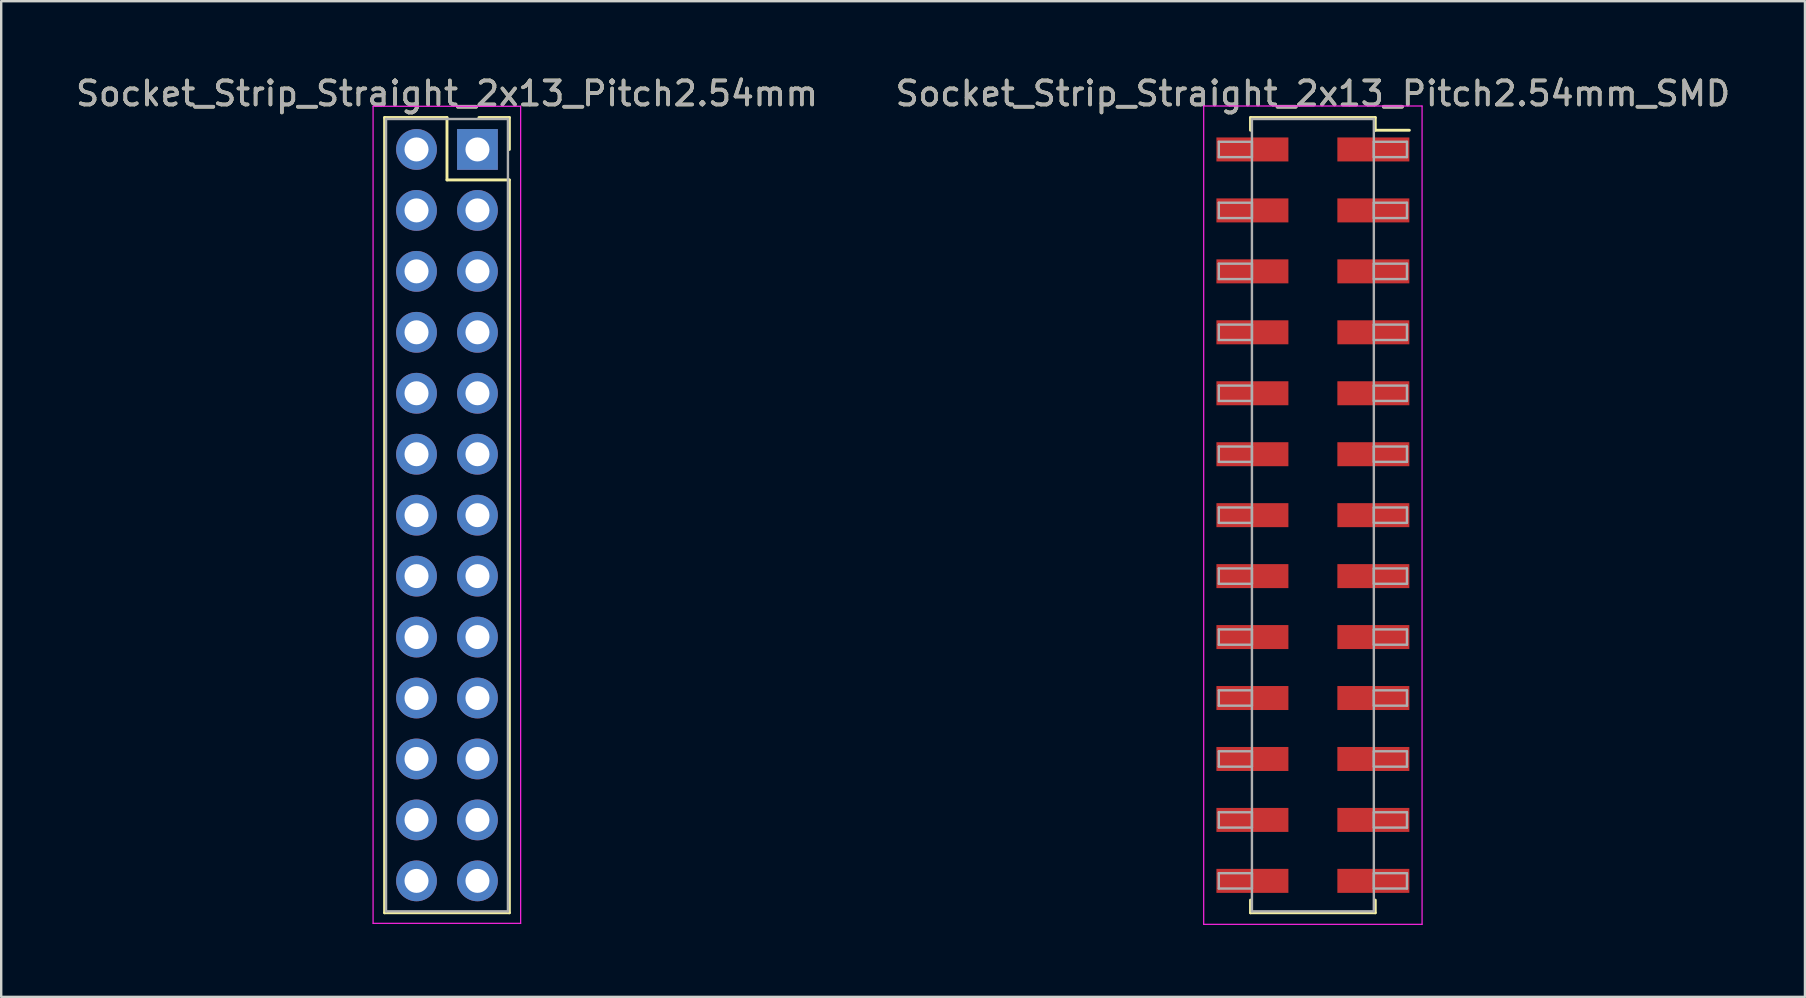
<source format=kicad_pcb>
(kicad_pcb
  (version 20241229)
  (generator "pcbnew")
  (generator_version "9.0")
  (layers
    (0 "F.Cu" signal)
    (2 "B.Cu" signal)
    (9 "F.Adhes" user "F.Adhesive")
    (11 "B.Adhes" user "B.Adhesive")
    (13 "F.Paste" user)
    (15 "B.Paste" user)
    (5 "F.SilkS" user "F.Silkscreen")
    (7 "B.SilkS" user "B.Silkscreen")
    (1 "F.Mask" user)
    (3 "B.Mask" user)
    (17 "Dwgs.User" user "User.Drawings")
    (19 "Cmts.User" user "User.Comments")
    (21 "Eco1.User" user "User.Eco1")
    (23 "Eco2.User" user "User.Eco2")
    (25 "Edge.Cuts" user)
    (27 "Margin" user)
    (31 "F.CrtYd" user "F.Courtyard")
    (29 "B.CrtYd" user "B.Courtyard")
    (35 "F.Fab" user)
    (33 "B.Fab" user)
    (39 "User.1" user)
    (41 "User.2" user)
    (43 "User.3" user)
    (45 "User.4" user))
  (footprint "Socket_Strip_Straight_2x13_Pitch2.54mm"
    (layer "F.Cu")
    (at 16.847 3.178)
    (property "Reference" "Socket_Strip_Straight_2x13_Pitch2.54mm" (at -1.27 -2.33 0) (layer "F.SilkS") (effects (font (size 1 1) (thickness 0.15))))
    (attr through_hole)
    (fp_line (start -3.87 -1.33) (end -1.27 -1.33) (stroke (width 0.12) (type solid)) (layer "F.SilkS"))
    (fp_line (start -3.87 31.81) (end -3.87 -1.33) (stroke (width 0.12) (type solid)) (layer "F.SilkS"))
    (fp_line (start -1.27 -1.33) (end -1.27 1.27) (stroke (width 0.12) (type solid)) (layer "F.SilkS"))
    (fp_line (start -1.27 1.27) (end 1.33 1.27) (stroke (width 0.12) (type solid)) (layer "F.SilkS"))
    (fp_line (start 1.33 -1.33) (end 0.06 -1.33) (stroke (width 0.12) (type solid)) (layer "F.SilkS"))
    (fp_line (start 1.33 0) (end 1.33 -1.33) (stroke (width 0.12) (type solid)) (layer "F.SilkS"))
    (fp_line (start 1.33 1.27) (end 1.33 31.81) (stroke (width 0.12) (type solid)) (layer "F.SilkS"))
    (fp_line (start 1.33 31.81) (end -3.87 31.81) (stroke (width 0.12) (type solid)) (layer "F.SilkS"))
    (fp_line (start -4.35 -1.8) (end -4.35 32.25) (stroke (width 0.05) (type solid)) (layer "F.CrtYd"))
    (fp_line (start -4.35 32.25) (end 1.8 32.25) (stroke (width 0.05) (type solid)) (layer "F.CrtYd"))
    (fp_line (start 1.8 -1.8) (end -4.35 -1.8) (stroke (width 0.05) (type solid)) (layer "F.CrtYd"))
    (fp_line (start 1.8 32.25) (end 1.8 -1.8) (stroke (width 0.05) (type solid)) (layer "F.CrtYd"))
    (fp_line (start -3.81 -1.27) (end -3.81 31.75) (stroke (width 0.1) (type solid)) (layer "F.Fab"))
    (fp_line (start -3.81 31.75) (end 1.27 31.75) (stroke (width 0.1) (type solid)) (layer "F.Fab"))
    (fp_line (start 1.27 -1.27) (end -3.81 -1.27) (stroke (width 0.1) (type solid)) (layer "F.Fab"))
    (fp_line (start 1.27 31.75) (end 1.27 -1.27) (stroke (width 0.1) (type solid)) (layer "F.Fab"))
    (fp_text user "${REFERENCE}" (at -1.27 -2.33 0) (layer "F.Fab") (effects (font (size 1 1) (thickness 0.15))))
    (pad "1" thru_hole rect (at 0 0) (size 1.7 1.7) (drill 1) (layers "*.Cu" "*.Mask"))
    (pad "2" thru_hole oval (at -2.54 0) (size 1.7 1.7) (drill 1) (layers "*.Cu" "*.Mask"))
    (pad "3" thru_hole oval (at 0 2.54) (size 1.7 1.7) (drill 1) (layers "*.Cu" "*.Mask"))
    (pad "4" thru_hole oval (at -2.54 2.54) (size 1.7 1.7) (drill 1) (layers "*.Cu" "*.Mask"))
    (pad "5" thru_hole oval (at 0 5.08) (size 1.7 1.7) (drill 1) (layers "*.Cu" "*.Mask"))
    (pad "6" thru_hole oval (at -2.54 5.08) (size 1.7 1.7) (drill 1) (layers "*.Cu" "*.Mask"))
    (pad "7" thru_hole oval (at 0 7.62) (size 1.7 1.7) (drill 1) (layers "*.Cu" "*.Mask"))
    (pad "8" thru_hole oval (at -2.54 7.62) (size 1.7 1.7) (drill 1) (layers "*.Cu" "*.Mask"))
    (pad "9" thru_hole oval (at 0 10.16) (size 1.7 1.7) (drill 1) (layers "*.Cu" "*.Mask"))
    (pad "10" thru_hole oval (at -2.54 10.16) (size 1.7 1.7) (drill 1) (layers "*.Cu" "*.Mask"))
    (pad "11" thru_hole oval (at 0 12.7) (size 1.7 1.7) (drill 1) (layers "*.Cu" "*.Mask"))
    (pad "12" thru_hole oval (at -2.54 12.7) (size 1.7 1.7) (drill 1) (layers "*.Cu" "*.Mask"))
    (pad "13" thru_hole oval (at 0 15.24) (size 1.7 1.7) (drill 1) (layers "*.Cu" "*.Mask"))
    (pad "14" thru_hole oval (at -2.54 15.24) (size 1.7 1.7) (drill 1) (layers "*.Cu" "*.Mask"))
    (pad "15" thru_hole oval (at 0 17.78) (size 1.7 1.7) (drill 1) (layers "*.Cu" "*.Mask"))
    (pad "16" thru_hole oval (at -2.54 17.78) (size 1.7 1.7) (drill 1) (layers "*.Cu" "*.Mask"))
    (pad "17" thru_hole oval (at 0 20.32) (size 1.7 1.7) (drill 1) (layers "*.Cu" "*.Mask"))
    (pad "18" thru_hole oval (at -2.54 20.32) (size 1.7 1.7) (drill 1) (layers "*.Cu" "*.Mask"))
    (pad "19" thru_hole oval (at 0 22.86) (size 1.7 1.7) (drill 1) (layers "*.Cu" "*.Mask"))
    (pad "20" thru_hole oval (at -2.54 22.86) (size 1.7 1.7) (drill 1) (layers "*.Cu" "*.Mask"))
    (pad "21" thru_hole oval (at 0 25.4) (size 1.7 1.7) (drill 1) (layers "*.Cu" "*.Mask"))
    (pad "22" thru_hole oval (at -2.54 25.4) (size 1.7 1.7) (drill 1) (layers "*.Cu" "*.Mask"))
    (pad "23" thru_hole oval (at 0 27.94) (size 1.7 1.7) (drill 1) (layers "*.Cu" "*.Mask"))
    (pad "24" thru_hole oval (at -2.54 27.94) (size 1.7 1.7) (drill 1) (layers "*.Cu" "*.Mask"))
    (pad "25" thru_hole oval (at 0 30.48) (size 1.7 1.7) (drill 1) (layers "*.Cu" "*.Mask"))
    (pad "26" thru_hole oval (at -2.54 30.48) (size 1.7 1.7) (drill 1) (layers "*.Cu" "*.Mask")))
  (footprint "Socket_Strip_Straight_2x13_Pitch2.54mm_SMD"
    (layer "F.Cu")
    (at 51.661 18.418)
    (property "Reference" "Socket_Strip_Straight_2x13_Pitch2.54mm_SMD" (at 0 -17.57 0) (layer "F.SilkS") (effects (font (size 1 1) (thickness 0.15))))
    (attr smd)
    (fp_line (start -2.6 -16.57) (end 2.6 -16.57) (stroke (width 0.12) (type solid)) (layer "F.SilkS"))
    (fp_line (start -2.6 -16.04) (end -2.6 -16.57) (stroke (width 0.12) (type solid)) (layer "F.SilkS"))
    (fp_line (start -2.6 16.04) (end -2.6 16.57) (stroke (width 0.12) (type solid)) (layer "F.SilkS"))
    (fp_line (start -2.6 16.57) (end 2.6 16.57) (stroke (width 0.12) (type solid)) (layer "F.SilkS"))
    (fp_line (start 2.6 -16.57) (end 2.6 -16.04) (stroke (width 0.12) (type solid)) (layer "F.SilkS"))
    (fp_line (start 2.6 16.57) (end 2.6 16.04) (stroke (width 0.12) (type solid)) (layer "F.SilkS"))
    (fp_line (start 4.02 -16.04) (end 2.6 -16.04) (stroke (width 0.12) (type solid)) (layer "F.SilkS"))
    (fp_line (start -4.55 -17.05) (end -4.55 17.05) (stroke (width 0.05) (type solid)) (layer "F.CrtYd"))
    (fp_line (start -4.55 17.05) (end 4.55 17.05) (stroke (width 0.05) (type solid)) (layer "F.CrtYd"))
    (fp_line (start 4.55 -17.05) (end -4.55 -17.05) (stroke (width 0.05) (type solid)) (layer "F.CrtYd"))
    (fp_line (start 4.55 17.05) (end 4.55 -17.05) (stroke (width 0.05) (type solid)) (layer "F.CrtYd"))
    (fp_line (start -3.92 -15.56) (end -2.54 -15.56) (stroke (width 0.1) (type solid)) (layer "F.Fab"))
    (fp_line (start -3.92 -14.92) (end -3.92 -15.56) (stroke (width 0.1) (type solid)) (layer "F.Fab"))
    (fp_line (start -3.92 -13.02) (end -2.54 -13.02) (stroke (width 0.1) (type solid)) (layer "F.Fab"))
    (fp_line (start -3.92 -12.38) (end -3.92 -13.02) (stroke (width 0.1) (type solid)) (layer "F.Fab"))
    (fp_line (start -3.92 -10.48) (end -2.54 -10.48) (stroke (width 0.1) (type solid)) (layer "F.Fab"))
    (fp_line (start -3.92 -9.84) (end -3.92 -10.48) (stroke (width 0.1) (type solid)) (layer "F.Fab"))
    (fp_line (start -3.92 -7.94) (end -2.54 -7.94) (stroke (width 0.1) (type solid)) (layer "F.Fab"))
    (fp_line (start -3.92 -7.3) (end -3.92 -7.94) (stroke (width 0.1) (type solid)) (layer "F.Fab"))
    (fp_line (start -3.92 -5.4) (end -2.54 -5.4) (stroke (width 0.1) (type solid)) (layer "F.Fab"))
    (fp_line (start -3.92 -4.76) (end -3.92 -5.4) (stroke (width 0.1) (type solid)) (layer "F.Fab"))
    (fp_line (start -3.92 -2.86) (end -2.54 -2.86) (stroke (width 0.1) (type solid)) (layer "F.Fab"))
    (fp_line (start -3.92 -2.22) (end -3.92 -2.86) (stroke (width 0.1) (type solid)) (layer "F.Fab"))
    (fp_line (start -3.92 -0.32) (end -2.54 -0.32) (stroke (width 0.1) (type solid)) (layer "F.Fab"))
    (fp_line (start -3.92 0.32) (end -3.92 -0.32) (stroke (width 0.1) (type solid)) (layer "F.Fab"))
    (fp_line (start -3.92 2.22) (end -2.54 2.22) (stroke (width 0.1) (type solid)) (layer "F.Fab"))
    (fp_line (start -3.92 2.86) (end -3.92 2.22) (stroke (width 0.1) (type solid)) (layer "F.Fab"))
    (fp_line (start -3.92 4.76) (end -2.54 4.76) (stroke (width 0.1) (type solid)) (layer "F.Fab"))
    (fp_line (start -3.92 5.4) (end -3.92 4.76) (stroke (width 0.1) (type solid)) (layer "F.Fab"))
    (fp_line (start -3.92 7.3) (end -2.54 7.3) (stroke (width 0.1) (type solid)) (layer "F.Fab"))
    (fp_line (start -3.92 7.94) (end -3.92 7.3) (stroke (width 0.1) (type solid)) (layer "F.Fab"))
    (fp_line (start -3.92 9.84) (end -2.54 9.84) (stroke (width 0.1) (type solid)) (layer "F.Fab"))
    (fp_line (start -3.92 10.48) (end -3.92 9.84) (stroke (width 0.1) (type solid)) (layer "F.Fab"))
    (fp_line (start -3.92 12.38) (end -2.54 12.38) (stroke (width 0.1) (type solid)) (layer "F.Fab"))
    (fp_line (start -3.92 13.02) (end -3.92 12.38) (stroke (width 0.1) (type solid)) (layer "F.Fab"))
    (fp_line (start -3.92 14.92) (end -2.54 14.92) (stroke (width 0.1) (type solid)) (layer "F.Fab"))
    (fp_line (start -3.92 15.56) (end -3.92 14.92) (stroke (width 0.1) (type solid)) (layer "F.Fab"))
    (fp_line (start -2.54 -16.51) (end -2.54 16.51) (stroke (width 0.1) (type solid)) (layer "F.Fab"))
    (fp_line (start -2.54 -15.56) (end -2.54 -14.92) (stroke (width 0.1) (type solid)) (layer "F.Fab"))
    (fp_line (start -2.54 -14.92) (end -3.92 -14.92) (stroke (width 0.1) (type solid)) (layer "F.Fab"))
    (fp_line (start -2.54 -13.02) (end -2.54 -12.38) (stroke (width 0.1) (type solid)) (layer "F.Fab"))
    (fp_line (start -2.54 -12.38) (end -3.92 -12.38) (stroke (width 0.1) (type solid)) (layer "F.Fab"))
    (fp_line (start -2.54 -10.48) (end -2.54 -9.84) (stroke (width 0.1) (type solid)) (layer "F.Fab"))
    (fp_line (start -2.54 -9.84) (end -3.92 -9.84) (stroke (width 0.1) (type solid)) (layer "F.Fab"))
    (fp_line (start -2.54 -7.94) (end -2.54 -7.3) (stroke (width 0.1) (type solid)) (layer "F.Fab"))
    (fp_line (start -2.54 -7.3) (end -3.92 -7.3) (stroke (width 0.1) (type solid)) (layer "F.Fab"))
    (fp_line (start -2.54 -5.4) (end -2.54 -4.76) (stroke (width 0.1) (type solid)) (layer "F.Fab"))
    (fp_line (start -2.54 -4.76) (end -3.92 -4.76) (stroke (width 0.1) (type solid)) (layer "F.Fab"))
    (fp_line (start -2.54 -2.86) (end -2.54 -2.22) (stroke (width 0.1) (type solid)) (layer "F.Fab"))
    (fp_line (start -2.54 -2.22) (end -3.92 -2.22) (stroke (width 0.1) (type solid)) (layer "F.Fab"))
    (fp_line (start -2.54 -0.32) (end -2.54 0.32) (stroke (width 0.1) (type solid)) (layer "F.Fab"))
    (fp_line (start -2.54 0.32) (end -3.92 0.32) (stroke (width 0.1) (type solid)) (layer "F.Fab"))
    (fp_line (start -2.54 2.22) (end -2.54 2.86) (stroke (width 0.1) (type solid)) (layer "F.Fab"))
    (fp_line (start -2.54 2.86) (end -3.92 2.86) (stroke (width 0.1) (type solid)) (layer "F.Fab"))
    (fp_line (start -2.54 4.76) (end -2.54 5.4) (stroke (width 0.1) (type solid)) (layer "F.Fab"))
    (fp_line (start -2.54 5.4) (end -3.92 5.4) (stroke (width 0.1) (type solid)) (layer "F.Fab"))
    (fp_line (start -2.54 7.3) (end -2.54 7.94) (stroke (width 0.1) (type solid)) (layer "F.Fab"))
    (fp_line (start -2.54 7.94) (end -3.92 7.94) (stroke (width 0.1) (type solid)) (layer "F.Fab"))
    (fp_line (start -2.54 9.84) (end -2.54 10.48) (stroke (width 0.1) (type solid)) (layer "F.Fab"))
    (fp_line (start -2.54 10.48) (end -3.92 10.48) (stroke (width 0.1) (type solid)) (layer "F.Fab"))
    (fp_line (start -2.54 12.38) (end -2.54 13.02) (stroke (width 0.1) (type solid)) (layer "F.Fab"))
    (fp_line (start -2.54 13.02) (end -3.92 13.02) (stroke (width 0.1) (type solid)) (layer "F.Fab"))
    (fp_line (start -2.54 14.92) (end -2.54 15.56) (stroke (width 0.1) (type solid)) (layer "F.Fab"))
    (fp_line (start -2.54 15.56) (end -3.92 15.56) (stroke (width 0.1) (type solid)) (layer "F.Fab"))
    (fp_line (start -2.54 16.51) (end 2.54 16.51) (stroke (width 0.1) (type solid)) (layer "F.Fab"))
    (fp_line (start 2.54 -16.51) (end -2.54 -16.51) (stroke (width 0.1) (type solid)) (layer "F.Fab"))
    (fp_line (start 2.54 -15.56) (end 2.54 -14.92) (stroke (width 0.1) (type solid)) (layer "F.Fab"))
    (fp_line (start 2.54 -14.92) (end 3.92 -14.92) (stroke (width 0.1) (type solid)) (layer "F.Fab"))
    (fp_line (start 2.54 -13.02) (end 2.54 -12.38) (stroke (width 0.1) (type solid)) (layer "F.Fab"))
    (fp_line (start 2.54 -12.38) (end 3.92 -12.38) (stroke (width 0.1) (type solid)) (layer "F.Fab"))
    (fp_line (start 2.54 -10.48) (end 2.54 -9.84) (stroke (width 0.1) (type solid)) (layer "F.Fab"))
    (fp_line (start 2.54 -9.84) (end 3.92 -9.84) (stroke (width 0.1) (type solid)) (layer "F.Fab"))
    (fp_line (start 2.54 -7.94) (end 2.54 -7.3) (stroke (width 0.1) (type solid)) (layer "F.Fab"))
    (fp_line (start 2.54 -7.3) (end 3.92 -7.3) (stroke (width 0.1) (type solid)) (layer "F.Fab"))
    (fp_line (start 2.54 -5.4) (end 2.54 -4.76) (stroke (width 0.1) (type solid)) (layer "F.Fab"))
    (fp_line (start 2.54 -4.76) (end 3.92 -4.76) (stroke (width 0.1) (type solid)) (layer "F.Fab"))
    (fp_line (start 2.54 -2.86) (end 2.54 -2.22) (stroke (width 0.1) (type solid)) (layer "F.Fab"))
    (fp_line (start 2.54 -2.22) (end 3.92 -2.22) (stroke (width 0.1) (type solid)) (layer "F.Fab"))
    (fp_line (start 2.54 -0.32) (end 2.54 0.32) (stroke (width 0.1) (type solid)) (layer "F.Fab"))
    (fp_line (start 2.54 0.32) (end 3.92 0.32) (stroke (width 0.1) (type solid)) (layer "F.Fab"))
    (fp_line (start 2.54 2.22) (end 2.54 2.86) (stroke (width 0.1) (type solid)) (layer "F.Fab"))
    (fp_line (start 2.54 2.86) (end 3.92 2.86) (stroke (width 0.1) (type solid)) (layer "F.Fab"))
    (fp_line (start 2.54 4.76) (end 2.54 5.4) (stroke (width 0.1) (type solid)) (layer "F.Fab"))
    (fp_line (start 2.54 5.4) (end 3.92 5.4) (stroke (width 0.1) (type solid)) (layer "F.Fab"))
    (fp_line (start 2.54 7.3) (end 2.54 7.94) (stroke (width 0.1) (type solid)) (layer "F.Fab"))
    (fp_line (start 2.54 7.94) (end 3.92 7.94) (stroke (width 0.1) (type solid)) (layer "F.Fab"))
    (fp_line (start 2.54 9.84) (end 2.54 10.48) (stroke (width 0.1) (type solid)) (layer "F.Fab"))
    (fp_line (start 2.54 10.48) (end 3.92 10.48) (stroke (width 0.1) (type solid)) (layer "F.Fab"))
    (fp_line (start 2.54 12.38) (end 2.54 13.02) (stroke (width 0.1) (type solid)) (layer "F.Fab"))
    (fp_line (start 2.54 13.02) (end 3.92 13.02) (stroke (width 0.1) (type solid)) (layer "F.Fab"))
    (fp_line (start 2.54 14.92) (end 2.54 15.56) (stroke (width 0.1) (type solid)) (layer "F.Fab"))
    (fp_line (start 2.54 15.56) (end 3.92 15.56) (stroke (width 0.1) (type solid)) (layer "F.Fab"))
    (fp_line (start 2.54 16.51) (end 2.54 -16.51) (stroke (width 0.1) (type solid)) (layer "F.Fab"))
    (fp_line (start 3.92 -15.56) (end 2.54 -15.56) (stroke (width 0.1) (type solid)) (layer "F.Fab"))
    (fp_line (start 3.92 -14.92) (end 3.92 -15.56) (stroke (width 0.1) (type solid)) (layer "F.Fab"))
    (fp_line (start 3.92 -13.02) (end 2.54 -13.02) (stroke (width 0.1) (type solid)) (layer "F.Fab"))
    (fp_line (start 3.92 -12.38) (end 3.92 -13.02) (stroke (width 0.1) (type solid)) (layer "F.Fab"))
    (fp_line (start 3.92 -10.48) (end 2.54 -10.48) (stroke (width 0.1) (type solid)) (layer "F.Fab"))
    (fp_line (start 3.92 -9.84) (end 3.92 -10.48) (stroke (width 0.1) (type solid)) (layer "F.Fab"))
    (fp_line (start 3.92 -7.94) (end 2.54 -7.94) (stroke (width 0.1) (type solid)) (layer "F.Fab"))
    (fp_line (start 3.92 -7.3) (end 3.92 -7.94) (stroke (width 0.1) (type solid)) (layer "F.Fab"))
    (fp_line (start 3.92 -5.4) (end 2.54 -5.4) (stroke (width 0.1) (type solid)) (layer "F.Fab"))
    (fp_line (start 3.92 -4.76) (end 3.92 -5.4) (stroke (width 0.1) (type solid)) (layer "F.Fab"))
    (fp_line (start 3.92 -2.86) (end 2.54 -2.86) (stroke (width 0.1) (type solid)) (layer "F.Fab"))
    (fp_line (start 3.92 -2.22) (end 3.92 -2.86) (stroke (width 0.1) (type solid)) (layer "F.Fab"))
    (fp_line (start 3.92 -0.32) (end 2.54 -0.32) (stroke (width 0.1) (type solid)) (layer "F.Fab"))
    (fp_line (start 3.92 0.32) (end 3.92 -0.32) (stroke (width 0.1) (type solid)) (layer "F.Fab"))
    (fp_line (start 3.92 2.22) (end 2.54 2.22) (stroke (width 0.1) (type solid)) (layer "F.Fab"))
    (fp_line (start 3.92 2.86) (end 3.92 2.22) (stroke (width 0.1) (type solid)) (layer "F.Fab"))
    (fp_line (start 3.92 4.76) (end 2.54 4.76) (stroke (width 0.1) (type solid)) (layer "F.Fab"))
    (fp_line (start 3.92 5.4) (end 3.92 4.76) (stroke (width 0.1) (type solid)) (layer "F.Fab"))
    (fp_line (start 3.92 7.3) (end 2.54 7.3) (stroke (width 0.1) (type solid)) (layer "F.Fab"))
    (fp_line (start 3.92 7.94) (end 3.92 7.3) (stroke (width 0.1) (type solid)) (layer "F.Fab"))
    (fp_line (start 3.92 9.84) (end 2.54 9.84) (stroke (width 0.1) (type solid)) (layer "F.Fab"))
    (fp_line (start 3.92 10.48) (end 3.92 9.84) (stroke (width 0.1) (type solid)) (layer "F.Fab"))
    (fp_line (start 3.92 12.38) (end 2.54 12.38) (stroke (width 0.1) (type solid)) (layer "F.Fab"))
    (fp_line (start 3.92 13.02) (end 3.92 12.38) (stroke (width 0.1) (type solid)) (layer "F.Fab"))
    (fp_line (start 3.92 14.92) (end 2.54 14.92) (stroke (width 0.1) (type solid)) (layer "F.Fab"))
    (fp_line (start 3.92 15.56) (end 3.92 14.92) (stroke (width 0.1) (type solid)) (layer "F.Fab"))
    (fp_text user "${REFERENCE}" (at 0 -17.57 0) (layer "F.Fab") (effects (font (size 1 1) (thickness 0.15))))
    (pad "1" smd rect (at 2.52 -15.24) (size 3 1) (layers "F.Cu" "F.Mask" "F.Paste"))
    (pad "2" smd rect (at -2.52 -15.24) (size 3 1) (layers "F.Cu" "F.Mask" "F.Paste"))
    (pad "3" smd rect (at 2.52 -12.7) (size 3 1) (layers "F.Cu" "F.Mask" "F.Paste"))
    (pad "4" smd rect (at -2.52 -12.7) (size 3 1) (layers "F.Cu" "F.Mask" "F.Paste"))
    (pad "5" smd rect (at 2.52 -10.16) (size 3 1) (layers "F.Cu" "F.Mask" "F.Paste"))
    (pad "6" smd rect (at -2.52 -10.16) (size 3 1) (layers "F.Cu" "F.Mask" "F.Paste"))
    (pad "7" smd rect (at 2.52 -7.62) (size 3 1) (layers "F.Cu" "F.Mask" "F.Paste"))
    (pad "8" smd rect (at -2.52 -7.62) (size 3 1) (layers "F.Cu" "F.Mask" "F.Paste"))
    (pad "9" smd rect (at 2.52 -5.08) (size 3 1) (layers "F.Cu" "F.Mask" "F.Paste"))
    (pad "10" smd rect (at -2.52 -5.08) (size 3 1) (layers "F.Cu" "F.Mask" "F.Paste"))
    (pad "11" smd rect (at 2.52 -2.54) (size 3 1) (layers "F.Cu" "F.Mask" "F.Paste"))
    (pad "12" smd rect (at -2.52 -2.54) (size 3 1) (layers "F.Cu" "F.Mask" "F.Paste"))
    (pad "13" smd rect (at 2.52 0) (size 3 1) (layers "F.Cu" "F.Mask" "F.Paste"))
    (pad "14" smd rect (at -2.52 0) (size 3 1) (layers "F.Cu" "F.Mask" "F.Paste"))
    (pad "15" smd rect (at 2.52 2.54) (size 3 1) (layers "F.Cu" "F.Mask" "F.Paste"))
    (pad "16" smd rect (at -2.52 2.54) (size 3 1) (layers "F.Cu" "F.Mask" "F.Paste"))
    (pad "17" smd rect (at 2.52 5.08) (size 3 1) (layers "F.Cu" "F.Mask" "F.Paste"))
    (pad "18" smd rect (at -2.52 5.08) (size 3 1) (layers "F.Cu" "F.Mask" "F.Paste"))
    (pad "19" smd rect (at 2.52 7.62) (size 3 1) (layers "F.Cu" "F.Mask" "F.Paste"))
    (pad "20" smd rect (at -2.52 7.62) (size 3 1) (layers "F.Cu" "F.Mask" "F.Paste"))
    (pad "21" smd rect (at 2.52 10.16) (size 3 1) (layers "F.Cu" "F.Mask" "F.Paste"))
    (pad "22" smd rect (at -2.52 10.16) (size 3 1) (layers "F.Cu" "F.Mask" "F.Paste"))
    (pad "23" smd rect (at 2.52 12.7) (size 3 1) (layers "F.Cu" "F.Mask" "F.Paste"))
    (pad "24" smd rect (at -2.52 12.7) (size 3 1) (layers "F.Cu" "F.Mask" "F.Paste"))
    (pad "25" smd rect (at 2.52 15.24) (size 3 1) (layers "F.Cu" "F.Mask" "F.Paste"))
    (pad "26" smd rect (at -2.52 15.24) (size 3 1) (layers "F.Cu" "F.Mask" "F.Paste")))
  (gr_rect
    (start -3 -3)
    (end 72.167 38.493)
    (stroke (width 0.1) (type default))
    (fill no)
    (layer "Edge.Cuts")))
</source>
